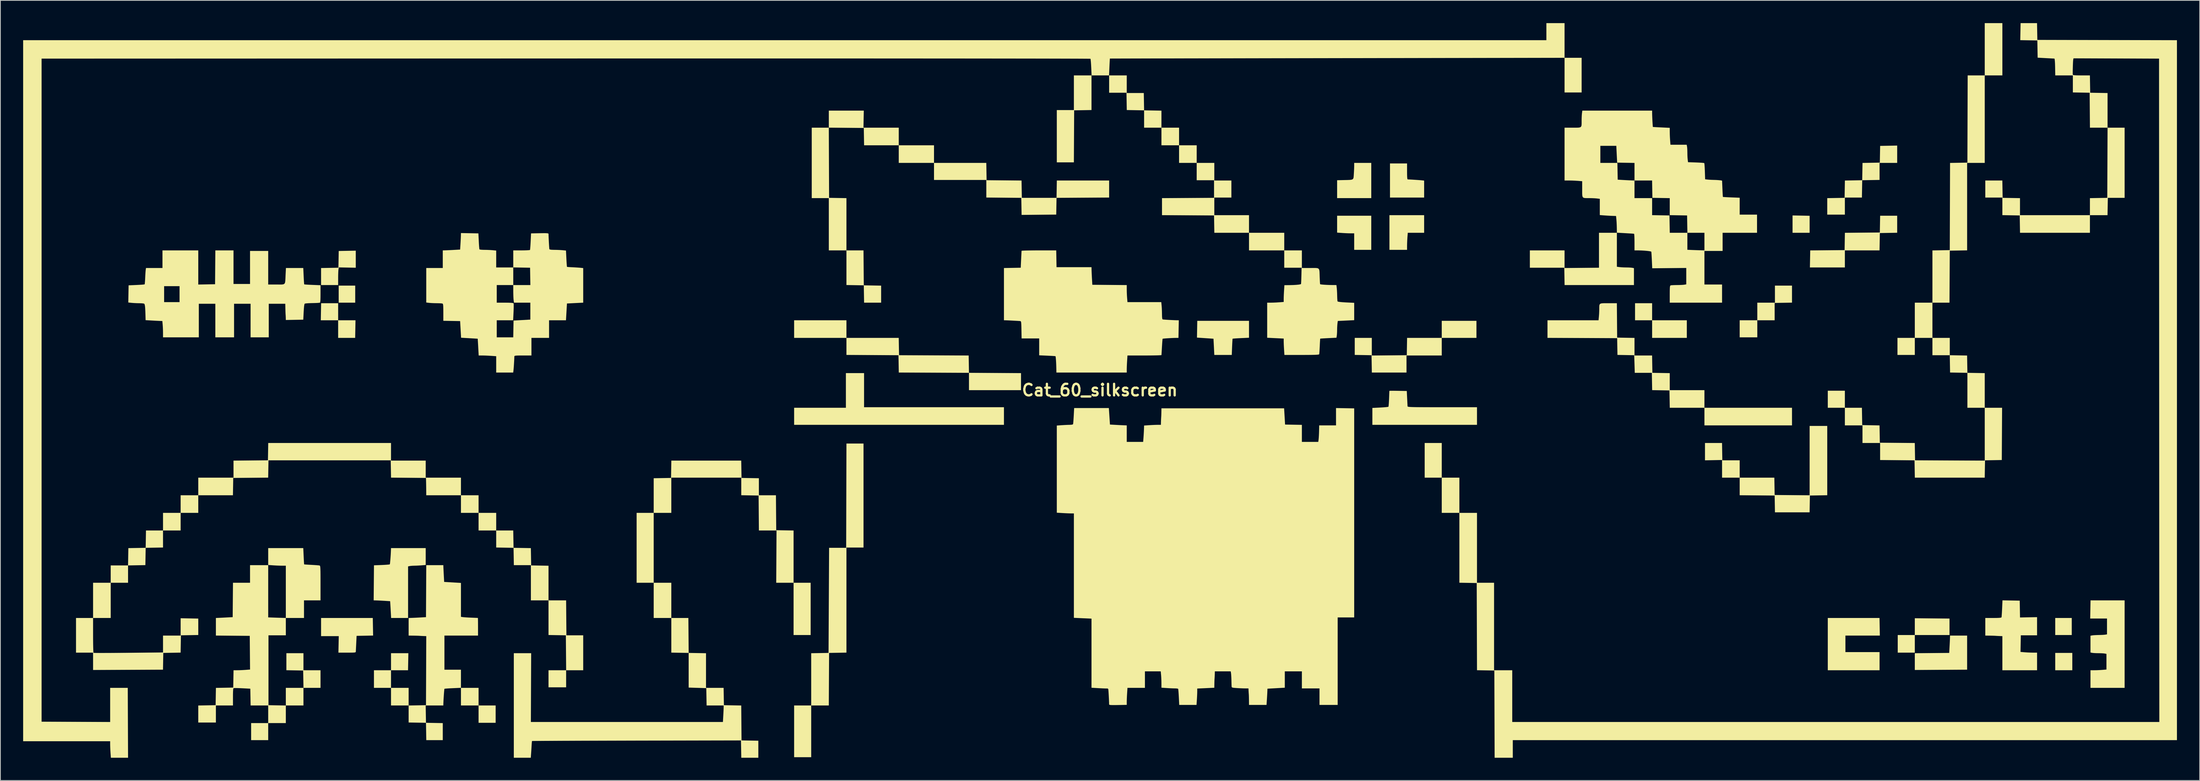
<source format=kicad_pcb>
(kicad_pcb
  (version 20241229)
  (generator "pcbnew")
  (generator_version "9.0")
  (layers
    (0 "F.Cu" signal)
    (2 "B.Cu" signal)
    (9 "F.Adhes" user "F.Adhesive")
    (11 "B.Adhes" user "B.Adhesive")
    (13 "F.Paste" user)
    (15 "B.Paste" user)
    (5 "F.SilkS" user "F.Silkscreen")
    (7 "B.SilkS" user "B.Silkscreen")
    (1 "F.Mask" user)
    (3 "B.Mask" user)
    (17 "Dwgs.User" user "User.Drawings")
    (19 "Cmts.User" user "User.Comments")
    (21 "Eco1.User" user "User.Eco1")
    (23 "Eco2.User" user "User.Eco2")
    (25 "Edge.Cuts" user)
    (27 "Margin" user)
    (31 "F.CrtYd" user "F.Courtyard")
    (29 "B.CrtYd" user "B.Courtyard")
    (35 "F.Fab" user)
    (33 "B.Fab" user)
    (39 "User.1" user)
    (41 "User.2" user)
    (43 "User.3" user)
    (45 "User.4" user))
  (footprint "Cat_60_silkscreen"
    (layer "F.Cu")
    (at 141.877 48.405)
    (property "Reference" "Cat_60_silkscreen" (at 0 0 0) (layer "F.SilkS") (effects (font (size 1.524 1.524) (thickness 0.3))))
    (attr board_only exclude_from_pos_files exclude_from_bom)
    (fp_poly (pts (xy -130.338 30.045) (xy -132.661 30.045) (xy -132.661 25.4) (xy -130.338 25.4)) (stroke (width 0) (type solid)) (fill yes) (layer "F.SilkS"))
    (fp_poly (pts (xy -128.052 25.4) (xy -130.338 25.4) (xy -130.338 23.114) (xy -128.052 23.114)) (stroke (width 0) (type solid)) (fill yes) (layer "F.SilkS"))
    (fp_poly (pts (xy -123.444 20.752) (xy -125.73 20.792) (xy -125.69 18.506) (xy -123.444 18.506)) (stroke (width 0) (type solid)) (fill yes) (layer "F.SilkS"))
    (fp_poly (pts (xy -121.122 18.506) (xy -123.444 18.506) (xy -123.444 16.183) (xy -121.122 16.183)) (stroke (width 0) (type solid)) (fill yes) (layer "F.SilkS"))
    (fp_poly (pts (xy -118.799 16.183) (xy -121.122 16.183) (xy -121.122 13.861) (xy -118.799 13.861)) (stroke (width 0) (type solid)) (fill yes) (layer "F.SilkS"))
    (fp_poly (pts (xy -109.583 46.155) (xy -111.833 46.155) (xy -111.833 43.906) (xy -109.583 43.906)) (stroke (width 0) (type solid)) (fill yes) (layer "F.SilkS"))
    (fp_poly (pts (xy -104.938 41.583) (xy -107.261 41.583) (xy -107.261 39.261) (xy -104.938 39.261)) (stroke (width 0) (type solid)) (fill yes) (layer "F.SilkS"))
    (fp_poly (pts (xy -98.117 -11.539) (xy -100.294 -11.539) (xy -100.294 -13.789) (xy -98.117 -13.789)) (stroke (width 0) (type solid)) (fill yes) (layer "F.SilkS"))
    (fp_poly (pts (xy -93.399 39.261) (xy -95.649 39.261) (xy -95.649 36.939) (xy -93.399 36.939)) (stroke (width 0) (type solid)) (fill yes) (layer "F.SilkS"))
    (fp_poly (pts (xy -91.077 41.583) (xy -93.399 41.583) (xy -93.399 39.261) (xy -91.077 39.261)) (stroke (width 0) (type solid)) (fill yes) (layer "F.SilkS"))
    (fp_poly (pts (xy -81.861 16.183) (xy -84.183 16.183) (xy -84.183 13.861) (xy -81.861 13.861)) (stroke (width 0) (type solid)) (fill yes) (layer "F.SilkS"))
    (fp_poly (pts (xy -81.861 41.583) (xy -84.183 41.583) (xy -84.183 39.261) (xy -81.861 39.261)) (stroke (width 0) (type solid)) (fill yes) (layer "F.SilkS"))
    (fp_poly (pts (xy -79.611 43.869) (xy -81.861 43.869) (xy -81.861 41.583) (xy -79.611 41.583)) (stroke (width 0) (type solid)) (fill yes) (layer "F.SilkS"))
    (fp_poly (pts (xy -79.538 18.506) (xy -81.861 18.506) (xy -81.861 16.183) (xy -79.538 16.183)) (stroke (width 0) (type solid)) (fill yes) (layer "F.SilkS"))
    (fp_poly (pts (xy -77.252 20.792) (xy -79.538 20.752) (xy -79.538 18.506) (xy -77.292 18.506)) (stroke (width 0) (type solid)) (fill yes) (layer "F.SilkS"))
    (fp_poly (pts (xy -70.322 39.189) (xy -72.644 39.189) (xy -72.644 36.939) (xy -70.322 36.939)) (stroke (width 0) (type solid)) (fill yes) (layer "F.SilkS"))
    (fp_poly (pts (xy -58.783 25.4) (xy -61.033 25.4) (xy -61.033 16.183) (xy -58.783 16.183)) (stroke (width 0) (type solid)) (fill yes) (layer "F.SilkS"))
    (fp_poly (pts (xy -56.461 30.045) (xy -58.783 30.045) (xy -58.783 25.4) (xy -56.461 25.4)) (stroke (width 0) (type solid)) (fill yes) (layer "F.SilkS"))
    (fp_poly (pts (xy -38.1 32.294) (xy -40.35 32.294) (xy -40.35 25.4) (xy -38.1 25.4)) (stroke (width 0) (type solid)) (fill yes) (layer "F.SilkS"))
    (fp_poly (pts (xy -38.027 48.405) (xy -40.277 48.405) (xy -40.277 41.583) (xy -38.027 41.583)) (stroke (width 0) (type solid)) (fill yes) (layer "F.SilkS"))
    (fp_poly (pts (xy -35.705 -34.619) (xy -35.705 -34.617) (xy -35.706 -34.617) (xy -35.706 -34.619)) (stroke (width 0) (type solid)) (fill yes) (layer "F.SilkS"))
    (fp_poly (pts (xy -33.383 -6.894) (xy -40.277 -6.894) (xy -40.277 -9.217) (xy -33.383 -9.217)) (stroke (width 0) (type solid)) (fill yes) (layer "F.SilkS"))
    (fp_poly (pts (xy -28.811 -13.785) (xy -28.811 -11.539) (xy -31.057 -11.539) (xy -31.097 -13.825)) (stroke (width 0) (type solid)) (fill yes) (layer "F.SilkS"))
    (fp_poly (pts (xy -21.844 -29.972) (xy -26.489 -29.972) (xy -26.489 -32.294) (xy -21.844 -32.294)) (stroke (width 0) (type solid)) (fill yes) (layer "F.SilkS"))
    (fp_poly (pts (xy 10.45 -32.294) (xy 8.128 -32.294) (xy 8.128 -34.617) (xy 10.45 -34.617)) (stroke (width 0) (type solid)) (fill yes) (layer "F.SilkS"))
    (fp_poly (pts (xy 12.773 -29.972) (xy 10.45 -29.972) (xy 10.45 -32.294) (xy 12.773 -32.294)) (stroke (width 0) (type solid)) (fill yes) (layer "F.SilkS"))
    (fp_poly (pts (xy 24.311 -18.433) (xy 19.667 -18.433) (xy 19.667 -20.755) (xy 24.311 -20.755)) (stroke (width 0) (type solid)) (fill yes) (layer "F.SilkS"))
    (fp_poly (pts (xy 45.067 11.539) (xy 42.817 11.539) (xy 42.817 6.967) (xy 45.067 6.967)) (stroke (width 0) (type solid)) (fill yes) (layer "F.SilkS"))
    (fp_poly (pts (xy 47.389 16.183) (xy 45.067 16.183) (xy 45.067 11.539) (xy 47.389 11.539)) (stroke (width 0) (type solid)) (fill yes) (layer "F.SilkS"))
    (fp_poly (pts (xy 49.639 -6.894) (xy 45.067 -6.894) (xy 45.067 -9.144) (xy 49.639 -9.144)) (stroke (width 0) (type solid)) (fill yes) (layer "F.SilkS"))
    (fp_poly (pts (xy 72.789 -9.217) (xy 70.539 -9.217) (xy 70.539 -11.466) (xy 72.789 -11.466)) (stroke (width 0) (type solid)) (fill yes) (layer "F.SilkS"))
    (fp_poly (pts (xy 77.361 -6.894) (xy 72.789 -6.894) (xy 72.789 -9.217) (xy 77.361 -9.217)) (stroke (width 0) (type solid)) (fill yes) (layer "F.SilkS"))
    (fp_poly (pts (xy 86.65 -6.967) (xy 84.328 -6.967) (xy 84.328 -9.217) (xy 86.65 -9.217)) (stroke (width 0) (type solid)) (fill yes) (layer "F.SilkS"))
    (fp_poly (pts (xy 91.222 4.645) (xy 79.683 4.645) (xy 79.683 2.322) (xy 91.222 2.322)) (stroke (width 0) (type solid)) (fill yes) (layer "F.SilkS"))
    (fp_poly (pts (xy 98.189 2.322) (xy 95.939 2.322) (xy 95.939 0.073) (xy 98.189 0.073)) (stroke (width 0) (type solid)) (fill yes) (layer "F.SilkS"))
    (fp_poly (pts (xy 107.406 -4.645) (xy 105.12 -4.645) (xy 105.12 -6.894) (xy 107.406 -6.894)) (stroke (width 0) (type solid)) (fill yes) (layer "F.SilkS"))
    (fp_poly (pts (xy 107.406 34.617) (xy 105.156 34.617) (xy 105.156 32.294) (xy 107.406 32.294)) (stroke (width 0) (type solid)) (fill yes) (layer "F.SilkS"))
    (fp_poly (pts (xy 109.728 -6.894) (xy 107.406 -6.894) (xy 107.406 -11.539) (xy 109.728 -11.539)) (stroke (width 0) (type solid)) (fill yes) (layer "F.SilkS"))
    (fp_poly (pts (xy 111.978 30.121) (xy 111.978 32.294) (xy 107.406 32.294) (xy 107.406 30.081)) (stroke (width 0) (type solid)) (fill yes) (layer "F.SilkS"))
    (fp_poly (pts (xy 118.945 -41.511) (xy 116.622 -41.511) (xy 116.622 -48.405) (xy 118.945 -48.405)) (stroke (width 0) (type solid)) (fill yes) (layer "F.SilkS"))
    (fp_poly (pts (xy 128.089 32.294) (xy 125.911 32.294) (xy 125.911 30.045) (xy 128.089 30.045)) (stroke (width 0) (type solid)) (fill yes) (layer "F.SilkS"))
    (fp_poly (pts (xy 128.161 36.939) (xy 125.911 36.939) (xy 125.911 34.653) (xy 128.161 34.653)) (stroke (width 0) (type solid)) (fill yes) (layer "F.SilkS"))
    (fp_poly (pts (xy -87.684 43.889) (xy -86.578 43.909) (xy -86.578 46.155) (xy -88.751 46.155) (xy -88.791 43.869)) (stroke (width 0) (type solid)) (fill yes) (layer "F.SilkS"))
    (fp_poly (pts (xy -54.194 32.349) (xy -54.175 34.653) (xy -56.461 34.613) (xy -56.461 30.045) (xy -54.213 30.045)) (stroke (width 0) (type solid)) (fill yes) (layer "F.SilkS"))
    (fp_poly (pts (xy -31.097 -13.825) (xy -32.24 -13.845) (xy -33.383 -13.865) (xy -33.383 -18.433) (xy -31.135 -18.433)) (stroke (width 0) (type solid)) (fill yes) (layer "F.SilkS"))
    (fp_poly (pts (xy -13.807 -2.267) (xy -10.378 -2.248) (xy -10.378 0) (xy -17.236 0.000114) (xy -17.236 -2.286)) (stroke (width 0) (type solid)) (fill yes) (layer "F.SilkS"))
    (fp_poly (pts (xy 1.234 -25.401) (xy -2.232 -25.383) (xy -5.697 -25.364) (xy -5.657 -27.65) (xy 1.234 -27.65)) (stroke (width 0) (type solid)) (fill yes) (layer "F.SilkS"))
    (fp_poly (pts (xy 92.42 -23.02) (xy 93.545 -22.998) (xy 93.545 -20.755) (xy 91.295 -20.755) (xy 91.295 -23.041)) (stroke (width 0) (type solid)) (fill yes) (layer "F.SilkS"))
    (fp_poly (pts (xy 112.014 -4.608) (xy 109.728 -4.608) (xy 109.728 -5.751) (xy 109.728 -6.894) (xy 112.014 -6.894)) (stroke (width 0) (type solid)) (fill yes) (layer "F.SilkS"))
    (fp_poly (pts (xy 116.622 -2.246) (xy 116.622 2.322) (xy 115.479 2.322) (xy 114.336 2.322) (xy 114.336 -2.286)) (stroke (width 0) (type solid)) (fill yes) (layer "F.SilkS"))
    (fp_poly (pts (xy -100.366 -9.217) (xy -101.509 -9.216) (xy -102.652 -9.216) (xy -102.631 -10.341) (xy -102.609 -11.466) (xy -100.366 -11.466)) (stroke (width 0) (type solid)) (fill yes) (layer "F.SilkS"))
    (fp_poly (pts (xy -98.102 -8.056) (xy -98.124 -6.894) (xy -100.366 -6.894) (xy -100.366 -9.217) (xy -99.223 -9.217) (xy -98.08 -9.217)) (stroke (width 0) (type solid)) (fill yes) (layer "F.SilkS"))
    (fp_poly (pts (xy -91.135 35.814) (xy -91.157 36.939) (xy -93.399 36.939) (xy -93.399 34.689) (xy -92.256 34.689) (xy -91.113 34.689)) (stroke (width 0) (type solid)) (fill yes) (layer "F.SilkS"))
    (fp_poly (pts (xy 6.985 -36.883) (xy 8.128 -36.863) (xy 8.128 -34.617) (xy 6.985 -34.617) (xy 5.842 -34.616) (xy 5.842 -36.903)) (stroke (width 0) (type solid)) (fill yes) (layer "F.SilkS"))
    (fp_poly (pts (xy -125.75 21.933) (xy -125.77 23.074) (xy -126.911 23.094) (xy -128.052 23.114) (xy -128.032 21.973) (xy -128.012 20.832) (xy -126.871 20.812) (xy -125.73 20.792)) (stroke (width 0) (type solid)) (fill yes) (layer "F.SilkS"))
    (fp_poly (pts (xy -31.061 2.25) (xy -12.627 2.25) (xy -12.627 4.572) (xy -40.277 4.572) (xy -40.277 2.322) (xy -33.455 2.322) (xy -33.455 -2.25) (xy -31.061 -2.25)) (stroke (width 0) (type solid)) (fill yes) (layer "F.SilkS"))
    (fp_poly (pts (xy 113.155 -4.588) (xy 114.296 -4.568) (xy 114.316 -3.427) (xy 114.336 -2.286) (xy 113.195 -2.306) (xy 112.054 -2.326) (xy 112.034 -3.467) (xy 112.014 -4.608)) (stroke (width 0) (type solid)) (fill yes) (layer "F.SilkS"))
    (fp_poly (pts (xy -104.938 36.939) (xy -102.689 36.939) (xy -102.689 39.261) (xy -104.935 39.261) (xy -104.955 38.118) (xy -104.975 36.975) (xy -106.081 36.955) (xy -107.188 36.935) (xy -107.188 34.689) (xy -104.938 34.689)) (stroke (width 0) (type solid)) (fill yes) (layer "F.SilkS"))
    (fp_poly (pts (xy -35.688 -29.991) (xy -35.669 -25.364) (xy -34.526 -25.344) (xy -33.383 -25.324) (xy -33.383 -18.433) (xy -35.705 -18.433) (xy -35.705 -25.327) (xy -37.955 -25.327) (xy -37.955 -34.617) (xy -35.706 -34.617)) (stroke (width 0) (type solid)) (fill yes) (layer "F.SilkS"))
    (fp_poly (pts (xy -1.089 -36.943) (xy -2.232 -36.923) (xy -3.375 -36.903) (xy -3.393 -33.474) (xy -3.412 -30.045) (xy -5.661 -30.045) (xy -5.661 -36.939) (xy -3.411 -36.939) (xy -3.411 -41.511) (xy -1.089 -41.511)) (stroke (width 0) (type solid)) (fill yes) (layer "F.SilkS"))
    (fp_poly (pts (xy 91.222 -11.543) (xy 90.079 -11.523) (xy 88.936 -11.503) (xy 88.936 -9.216) (xy 87.793 -9.217) (xy 86.65 -9.217) (xy 86.65 -11.539) (xy 88.973 -11.539) (xy 88.973 -13.789) (xy 91.222 -13.789)) (stroke (width 0) (type solid)) (fill yes) (layer "F.SilkS"))
    (fp_poly (pts (xy 102.776 31.206) (xy 102.797 32.367) (xy 100.53 32.367) (xy 98.262 32.367) (xy 98.262 34.544) (xy 102.761 34.544) (xy 102.761 36.939) (xy 95.939 36.939) (xy 95.939 30.045) (xy 102.754 30.045)) (stroke (width 0) (type solid)) (fill yes) (layer "F.SilkS"))
    (fp_poly (pts (xy -76.111 20.812) (xy -74.97 20.832) (xy -74.95 21.973) (xy -74.93 23.114) (xy -72.644 23.154) (xy -72.644 27.722) (xy -74.966 27.722) (xy -74.966 23.078) (xy -77.212 23.078) (xy -77.232 21.935) (xy -77.252 20.792)) (stroke (width 0) (type solid)) (fill yes) (layer "F.SilkS"))
    (fp_poly (pts (xy -70.305 30.026) (xy -70.285 32.331) (xy -68.072 32.331) (xy -68.072 34.635) (xy -68.072 36.939) (xy -70.32 36.939) (xy -70.339 34.635) (xy -70.358 32.331) (xy -72.644 32.291) (xy -72.644 27.722) (xy -70.324 27.722)) (stroke (width 0) (type solid)) (fill yes) (layer "F.SilkS"))
    (fp_poly (pts (xy -31.119 -35.742) (xy -31.14 -34.617) (xy -26.489 -34.617) (xy -26.489 -32.294) (xy -31.057 -32.294) (xy -31.097 -34.58) (xy -33.402 -34.599) (xy -35.705 -34.619) (xy -35.705 -36.866) (xy -33.401 -36.866) (xy -31.097 -36.866)) (stroke (width 0) (type solid)) (fill yes) (layer "F.SilkS"))
    (fp_poly (pts (xy 3.556 -39.189) (xy 5.802 -39.189) (xy 5.822 -38.046) (xy 5.842 -36.903) (xy 4.701 -36.923) (xy 3.56 -36.943) (xy 3.54 -38.084) (xy 3.52 -39.225) (xy 1.234 -39.225) (xy 1.234 -41.511) (xy 3.556 -41.511)) (stroke (width 0) (type solid)) (fill yes) (layer "F.SilkS"))
    (fp_poly (pts (xy 35.778 -18.506) (xy 33.528 -18.506) (xy 33.528 -20.683) (xy 33.067 -20.683) (xy 32.772 -20.688) (xy 32.402 -20.703) (xy 32.026 -20.724) (xy 31.943 -20.73) (xy 31.278 -20.777) (xy 31.278 -23.005) (xy 35.778 -23.005)) (stroke (width 0) (type solid)) (fill yes) (layer "F.SilkS"))
    (fp_poly (pts (xy 42.745 -20.755) (xy 40.589 -20.755) (xy 40.542 -20.157) (xy 40.519 -19.783) (xy 40.502 -19.379) (xy 40.495 -19.032) (xy 40.495 -19.032) (xy 40.495 -18.506) (xy 38.173 -18.506) (xy 38.173 -23.078) (xy 42.745 -23.078)) (stroke (width 0) (type solid)) (fill yes) (layer "F.SilkS"))
    (fp_poly (pts (xy 82.022 8.11) (xy 82.042 9.253) (xy 84.328 9.253) (xy 84.328 11.539) (xy 82.006 11.539) (xy 82.006 9.209) (xy 80.881 9.231) (xy 79.756 9.253) (xy 79.756 8.11) (xy 79.756 6.967) (xy 82.002 6.967)) (stroke (width 0) (type solid)) (fill yes) (layer "F.SilkS"))
    (fp_poly (pts (xy 100.455 -26.543) (xy 100.435 -25.4) (xy 98.189 -25.4) (xy 98.189 -23.15) (xy 95.867 -23.15) (xy 95.867 -25.324) (xy 97.01 -25.344) (xy 98.153 -25.364) (xy 98.173 -26.505) (xy 98.193 -27.646) (xy 99.334 -27.666) (xy 100.475 -27.686)) (stroke (width 0) (type solid)) (fill yes) (layer "F.SilkS"))
    (fp_poly (pts (xy 135.055 -29.99) (xy 135.056 -25.364) (xy 132.842 -25.364) (xy 132.822 -24.221) (xy 132.802 -23.078) (xy 130.483 -23.078) (xy 130.483 -25.324) (xy 131.626 -25.344) (xy 132.769 -25.364) (xy 132.788 -29.99) (xy 132.807 -34.617) (xy 135.055 -34.617)) (stroke (width 0) (type solid)) (fill yes) (layer "F.SilkS"))
    (fp_poly (pts (xy -26.452 -4.608) (xy -21.864 -4.59) (xy -17.276 -4.571) (xy -17.256 -3.428) (xy -17.236 -2.286) (xy -21.86 -2.305) (xy -26.485 -2.323) (xy -26.505 -3.466) (xy -26.525 -4.608) (xy -29.954 -4.627) (xy -33.383 -4.646) (xy -33.383 -6.894) (xy -26.492 -6.894)) (stroke (width 0) (type solid)) (fill yes) (layer "F.SilkS"))
    (fp_poly (pts (xy 35.85 -4.57) (xy 40.459 -4.608) (xy 40.479 -5.751) (xy 40.499 -6.894) (xy 45.067 -6.894) (xy 45.067 -4.572) (xy 40.422 -4.572) (xy 40.422 -2.322) (xy 35.854 -2.322) (xy 35.814 -4.608) (xy 33.601 -4.648) (xy 33.601 -6.894) (xy 35.85 -6.894)) (stroke (width 0) (type solid)) (fill yes) (layer "F.SilkS"))
    (fp_poly (pts (xy -14.913 -27.686) (xy -10.309 -27.648) (xy -10.289 -26.506) (xy -10.269 -25.364) (xy -5.697 -25.364) (xy -5.737 -23.154) (xy -8.019 -23.134) (xy -10.302 -23.114) (xy -10.341 -25.364) (xy -14.95 -25.402) (xy -14.95 -27.722) (xy -21.844 -27.722) (xy -21.844 -29.972) (xy -14.953 -29.972)) (stroke (width 0) (type solid)) (fill yes) (layer "F.SilkS"))
    (fp_poly (pts (xy 105.084 -31.115) (xy 105.083 -29.972) (xy 102.761 -29.972) (xy 102.761 -27.726) (xy 101.618 -27.706) (xy 100.475 -27.686) (xy 100.495 -28.827) (xy 100.515 -29.968) (xy 101.656 -29.988) (xy 102.797 -30.008) (xy 102.817 -31.111) (xy 102.837 -32.215) (xy 103.961 -32.236) (xy 105.084 -32.258)) (stroke (width 0) (type solid)) (fill yes) (layer "F.SilkS"))
    (fp_poly (pts (xy 114.3 36.864) (xy 110.853 36.883) (xy 107.406 36.903) (xy 107.406 35.797) (xy 107.406 34.691) (xy 109.674 34.672) (xy 111.941 34.653) (xy 111.986 33.818) (xy 112.006 33.45) (xy 112.023 33.102) (xy 112.035 32.82) (xy 112.041 32.675) (xy 112.05 32.367) (xy 114.3 32.367)) (stroke (width 0) (type solid)) (fill yes) (layer "F.SilkS"))
    (fp_poly (pts (xy 118.961 -26.507) (xy 118.981 -25.364) (xy 120.124 -25.344) (xy 121.267 -25.324) (xy 121.267 -23.078) (xy 130.483 -23.078) (xy 130.483 -20.755) (xy 121.271 -20.755) (xy 121.251 -21.898) (xy 121.231 -23.041) (xy 118.945 -23.081) (xy 118.945 -25.4) (xy 116.695 -25.4) (xy 116.695 -27.65) (xy 118.941 -27.65)) (stroke (width 0) (type solid)) (fill yes) (layer "F.SilkS"))
    (fp_poly (pts (xy -98.044 -16.147) (xy -99.159 -16.169) (xy -100.274 -16.19) (xy -100.32 -15.96) (xy -100.338 -15.8) (xy -100.352 -15.531) (xy -100.362 -15.191) (xy -100.366 -14.816) (xy -100.366 -14.796) (xy -100.366 -13.861) (xy -102.616 -13.861) (xy -102.616 -16.107) (xy -100.33 -16.147) (xy -100.29 -18.354) (xy -99.167 -18.375) (xy -98.044 -18.397)) (stroke (width 0) (type solid)) (fill yes) (layer "F.SilkS"))
    (fp_poly (pts (xy -31.133 20.755) (xy -33.383 20.755) (xy -33.383 34.613) (xy -35.669 34.653) (xy -35.688 38.118) (xy -35.707 41.583) (xy -38.027 41.583) (xy -38.027 34.693) (xy -36.884 34.673) (xy -35.741 34.653) (xy -35.705 27.722) (xy -35.669 20.792) (xy -33.419 20.792) (xy -33.401 13.916) (xy -33.382 7.039) (xy -31.133 7.039)) (stroke (width 0) (type solid)) (fill yes) (layer "F.SilkS"))
    (fp_poly (pts (xy 95.867 13.857) (xy 94.724 13.877) (xy 93.581 13.897) (xy 93.541 16.111) (xy 88.976 16.111) (xy 88.936 13.897) (xy 86.632 13.878) (xy 84.328 13.859) (xy 84.328 11.539) (xy 88.896 11.539) (xy 88.916 12.682) (xy 88.936 13.825) (xy 91.24 13.844) (xy 93.545 13.863) (xy 93.545 4.717) (xy 95.867 4.717)) (stroke (width 0) (type solid)) (fill yes) (layer "F.SilkS"))
    (fp_poly (pts (xy 40.495 -28.847) (xy 40.498 -28.41) (xy 40.509 -28.103) (xy 40.528 -27.908) (xy 40.558 -27.811) (xy 40.586 -27.793) (xy 40.803 -27.784) (xy 41.116 -27.768) (xy 41.478 -27.745) (xy 41.84 -27.721) (xy 42.154 -27.698) (xy 42.364 -27.679) (xy 42.745 -27.639) (xy 42.745 -25.4) (xy 38.245 -25.4) (xy 38.245 -29.899) (xy 40.495 -29.899)) (stroke (width 0) (type solid)) (fill yes) (layer "F.SilkS"))
    (fp_poly (pts (xy 116.622 -29.972) (xy 114.3 -29.972) (xy 114.3 -18.437) (xy 113.157 -18.417) (xy 112.014 -18.397) (xy 111.995 -14.968) (xy 111.976 -11.539) (xy 109.728 -11.539) (xy 109.728 -18.429) (xy 110.871 -18.449) (xy 112.014 -18.469) (xy 112.033 -24.219) (xy 112.051 -29.968) (xy 113.194 -29.988) (xy 114.336 -30.008) (xy 114.373 -41.511) (xy 116.622 -41.511)) (stroke (width 0) (type solid)) (fill yes) (layer "F.SilkS"))
    (fp_poly (pts (xy 35.778 -25.327) (xy 31.278 -25.327) (xy 31.278 -27.686) (xy 32.167 -27.707) (xy 32.623 -27.716) (xy 32.954 -27.729) (xy 33.181 -27.757) (xy 33.326 -27.814) (xy 33.408 -27.911) (xy 33.448 -28.061) (xy 33.467 -28.277) (xy 33.481 -28.506) (xy 33.502 -28.864) (xy 33.518 -29.217) (xy 33.527 -29.506) (xy 33.528 -29.591) (xy 33.528 -29.972) (xy 35.778 -29.972)) (stroke (width 0) (type solid)) (fill yes) (layer "F.SilkS"))
    (fp_poly (pts (xy 15.095 -27.65) (xy 17.345 -27.65) (xy 17.345 -25.4) (xy 15.095 -25.4) (xy 15.095 -23.078) (xy 19.667 -23.078) (xy 19.667 -20.755) (xy 15.099 -20.755) (xy 15.079 -21.898) (xy 15.059 -23.041) (xy 11.63 -23.06) (xy 8.201 -23.079) (xy 8.201 -25.326) (xy 11.63 -25.345) (xy 15.059 -25.364) (xy 15.059 -27.686) (xy 12.772 -27.686) (xy 12.773 -29.972) (xy 15.095 -29.972)) (stroke (width 0) (type solid)) (fill yes) (layer "F.SilkS"))
    (fp_poly (pts (xy 105.083 -20.759) (xy 103.94 -20.739) (xy 102.797 -20.719) (xy 102.777 -19.576) (xy 102.757 -18.433) (xy 98.189 -18.433) (xy 98.189 -16.183) (xy 95.885 -16.183) (xy 93.581 -16.183) (xy 93.603 -17.307) (xy 93.624 -18.431) (xy 95.889 -18.45) (xy 98.153 -18.469) (xy 98.173 -19.611) (xy 98.193 -20.753) (xy 100.495 -20.773) (xy 102.797 -20.792) (xy 102.817 -21.898) (xy 102.837 -23.005) (xy 105.083 -23.005)) (stroke (width 0) (type solid)) (fill yes) (layer "F.SilkS"))
    (fp_poly (pts (xy -95.78 31.204) (xy -95.758 32.363) (xy -96.847 32.383) (xy -97.935 32.403) (xy -97.981 33.347) (xy -97.999 33.716) (xy -98.016 34.045) (xy -98.028 34.299) (xy -98.035 34.445) (xy -98.036 34.453) (xy -98.043 34.515) (xy -98.071 34.558) (xy -98.142 34.587) (xy -98.277 34.605) (xy -98.497 34.613) (xy -98.824 34.616) (xy -99.187 34.617) (xy -100.33 34.617) (xy -100.308 33.528) (xy -100.286 32.439) (xy -102.616 32.439) (xy -102.616 30.045) (xy -95.801 30.045)) (stroke (width 0) (type solid)) (fill yes) (layer "F.SilkS"))
    (fp_poly (pts (xy 66.965 -20.755) (xy 68.145 -20.755) (xy 68.145 -16.276) (xy 68.481 -16.23) (xy 68.727 -16.206) (xy 69.048 -16.19) (xy 69.377 -16.183) (xy 69.379 -16.183) (xy 69.685 -16.178) (xy 69.963 -16.162) (xy 70.157 -16.14) (xy 70.168 -16.138) (xy 70.394 -16.093) (xy 70.394 -13.861) (xy 61.254 -13.861) (xy 61.234 -15.004) (xy 61.214 -16.147) (xy 56.678 -16.147) (xy 56.678 -18.433) (xy 61.25 -18.433) (xy 61.25 -16.109) (xy 65.786 -16.147) (xy 65.786 -20.755)) (stroke (width 0) (type solid)) (fill yes) (layer "F.SilkS"))
    (fp_poly (pts (xy -47.228 10.432) (xy -47.208 11.575) (xy -44.922 11.615) (xy -44.922 13.861) (xy -42.674 13.861) (xy -42.636 18.469) (xy -41.493 18.489) (xy -40.35 18.509) (xy -40.35 25.4) (xy -42.636 25.4) (xy -42.616 21.953) (xy -42.597 18.506) (xy -44.92 18.506) (xy -44.939 16.202) (xy -44.958 13.897) (xy -46.101 13.877) (xy -47.244 13.857) (xy -47.244 11.539) (xy -56.461 11.539) (xy -56.461 16.183) (xy -58.783 16.183) (xy -58.783 11.615) (xy -56.497 11.575) (xy -56.457 9.289) (xy -47.248 9.289)) (stroke (width 0) (type solid)) (fill yes) (layer "F.SilkS"))
    (fp_poly (pts (xy 19.667 -6.915) (xy 18.597 -6.863) (xy 18.22 -6.844) (xy 17.897 -6.824) (xy 17.656 -6.806) (xy 17.523 -6.792) (xy 17.504 -6.788) (xy 17.493 -6.711) (xy 17.479 -6.515) (xy 17.462 -6.227) (xy 17.445 -5.872) (xy 17.438 -5.705) (xy 17.395 -4.645) (xy 15.095 -4.645) (xy 15.085 -4.844) (xy 15.077 -4.994) (xy 15.064 -5.252) (xy 15.048 -5.581) (xy 15.031 -5.915) (xy 14.986 -6.785) (xy 13.897 -6.858) (xy 12.809 -6.931) (xy 12.829 -8.037) (xy 12.849 -9.144) (xy 19.667 -9.144)) (stroke (width 0) (type solid)) (fill yes) (layer "F.SilkS"))
    (fp_poly (pts (xy -93.399 9.289) (xy -88.827 9.289) (xy -88.827 11.539) (xy -84.183 11.539) (xy -84.183 13.861) (xy -88.755 13.861) (xy -88.759 13.262) (xy -88.763 12.884) (xy -88.77 12.471) (xy -88.777 12.119) (xy -88.791 11.575) (xy -91.093 11.556) (xy -93.396 11.537) (xy -93.416 10.395) (xy -93.436 9.253) (xy -109.547 9.253) (xy -109.567 10.395) (xy -109.587 11.537) (xy -111.889 11.556) (xy -114.191 11.575) (xy -114.211 12.718) (xy -114.231 13.861) (xy -118.799 13.861) (xy -118.799 11.539) (xy -114.155 11.539) (xy -114.155 9.291) (xy -109.619 9.253) (xy -109.579 6.967) (xy -93.399 6.967)) (stroke (width 0) (type solid)) (fill yes) (layer "F.SilkS"))
    (fp_poly (pts (xy 118.889 5.768) (xy 118.869 9.213) (xy 117.764 9.233) (xy 116.659 9.253) (xy 116.619 11.539) (xy 107.409 11.539) (xy 107.389 10.396) (xy 107.369 9.253) (xy 105.102 9.234) (xy 102.834 9.215) (xy 102.834 6.967) (xy 100.511 6.967) (xy 100.511 4.645) (xy 98.189 4.645) (xy 98.189 2.322) (xy 100.435 2.322) (xy 100.455 3.465) (xy 100.475 4.608) (xy 101.616 4.628) (xy 102.757 4.648) (xy 102.777 5.789) (xy 102.797 6.931) (xy 105.1 6.95) (xy 107.402 6.969) (xy 107.422 8.111) (xy 107.442 9.253) (xy 112.032 9.272) (xy 116.622 9.29) (xy 116.622 2.322) (xy 117.765 2.322) (xy 118.908 2.322)) (stroke (width 0) (type solid)) (fill yes) (layer "F.SilkS"))
    (fp_poly (pts (xy 135.055 39.261) (xy 130.556 39.261) (xy 130.556 36.939) (xy 131.053 36.939) (xy 131.394 36.932) (xy 131.788 36.914) (xy 132.105 36.892) (xy 132.661 36.845) (xy 132.661 34.78) (xy 132.434 34.734) (xy 132.253 34.713) (xy 131.98 34.697) (xy 131.669 34.689) (xy 131.608 34.689) (xy 131.295 34.684) (xy 131.011 34.669) (xy 130.808 34.648) (xy 130.783 34.644) (xy 130.556 34.598) (xy 130.556 32.383) (xy 130.792 32.341) (xy 130.976 32.32) (xy 131.252 32.303) (xy 131.568 32.292) (xy 131.645 32.291) (xy 131.963 32.283) (xy 132.253 32.268) (xy 132.464 32.249) (xy 132.497 32.244) (xy 132.733 32.206) (xy 132.733 30.117) (xy 130.52 30.117) (xy 130.541 28.92) (xy 130.563 27.722) (xy 135.055 27.722)) (stroke (width 0) (type solid)) (fill yes) (layer "F.SilkS"))
    (fp_poly (pts (xy -132.661 32.326) (xy -132.659 32.887) (xy -132.654 33.4) (xy -132.646 33.848) (xy -132.635 34.213) (xy -132.623 34.477) (xy -132.609 34.622) (xy -132.602 34.644) (xy -132.52 34.65) (xy -132.307 34.654) (xy -131.973 34.657) (xy -131.531 34.658) (xy -130.994 34.657) (xy -130.375 34.655) (xy -129.685 34.651) (xy -128.938 34.645) (xy -128.145 34.639) (xy -127.993 34.637) (xy -123.444 34.593) (xy -123.444 32.367) (xy -121.122 32.367) (xy -121.122 31.224) (xy -121.122 30.081) (xy -119.961 30.102) (xy -118.799 30.124) (xy -118.799 32.291) (xy -121.085 32.331) (xy -121.105 33.472) (xy -121.125 34.613) (xy -122.267 34.633) (xy -123.408 34.653) (xy -123.428 35.759) (xy -123.448 36.864) (xy -132.661 36.903) (xy -132.661 34.617) (xy -134.91 34.617) (xy -134.91 30.045) (xy -132.661 30.045)) (stroke (width 0) (type solid)) (fill yes) (layer "F.SilkS"))
    (fp_poly (pts (xy -104.912 21.893) (xy -104.894 22.269) (xy -104.877 22.59) (xy -104.861 22.828) (xy -104.85 22.959) (xy -104.846 22.976) (xy -104.772 22.986) (xy -104.579 23.001) (xy -104.297 23.019) (xy -103.953 23.038) (xy -103.886 23.041) (xy -103.521 23.062) (xy -103.2 23.084) (xy -102.957 23.105) (xy -102.823 23.122) (xy -102.816 23.124) (xy -102.78 23.143) (xy -102.752 23.188) (xy -102.73 23.273) (xy -102.714 23.413) (xy -102.703 23.625) (xy -102.695 23.922) (xy -102.691 24.319) (xy -102.689 24.833) (xy -102.689 25.441) (xy -102.689 27.722) (xy -104.866 27.722) (xy -104.866 30.045) (xy -107.261 30.045) (xy -107.261 23.15) (xy -107.757 23.15) (xy -108.072 23.145) (xy -108.459 23.13) (xy -108.843 23.108) (xy -108.919 23.103) (xy -109.583 23.056) (xy -109.583 20.828) (xy -104.961 20.828)) (stroke (width 0) (type solid)) (fill yes) (layer "F.SilkS"))
    (fp_poly (pts (xy 120.095 27.739) (xy 121.231 27.759) (xy 121.271 29.979) (xy 122.394 29.957) (xy 123.517 29.936) (xy 123.517 31.133) (xy 123.517 32.331) (xy 121.376 32.331) (xy 121.356 33.426) (xy 121.336 34.522) (xy 121.893 34.569) (xy 122.265 34.594) (xy 122.674 34.611) (xy 122.983 34.617) (xy 123.517 34.617) (xy 123.517 36.939) (xy 118.945 36.939) (xy 118.945 32.439) (xy 118.564 32.426) (xy 118.315 32.415) (xy 118.109 32.403) (xy 118.037 32.397) (xy 117.899 32.389) (xy 117.66 32.381) (xy 117.368 32.375) (xy 117.294 32.374) (xy 116.695 32.367) (xy 116.695 30.045) (xy 117.749 30.045) (xy 118.195 30.041) (xy 118.511 30.029) (xy 118.712 30.008) (xy 118.814 29.976) (xy 118.833 29.954) (xy 118.847 29.852) (xy 118.864 29.634) (xy 118.884 29.327) (xy 118.903 28.959) (xy 118.911 28.791) (xy 118.96 27.719)) (stroke (width 0) (type solid)) (fill yes) (layer "F.SilkS"))
    (fp_poly (pts (xy -88.827 23.056) (xy -89.383 23.103) (xy -89.718 23.127) (xy -90.057 23.144) (xy -90.317 23.15) (xy -90.587 23.159) (xy -90.837 23.182) (xy -90.923 23.196) (xy -91.15 23.241) (xy -91.15 30.045) (xy -93.385 30.045) (xy -93.432 29.192) (xy -93.452 28.827) (xy -93.472 28.492) (xy -93.488 28.226) (xy -93.497 28.085) (xy -93.515 27.831) (xy -94.237 27.785) (xy -94.595 27.764) (xy -94.944 27.746) (xy -95.229 27.734) (xy -95.323 27.731) (xy -95.685 27.722) (xy -95.665 25.411) (xy -95.645 23.099) (xy -94.626 23.059) (xy -94.255 23.041) (xy -93.938 23.02) (xy -93.702 22.999) (xy -93.574 22.979) (xy -93.56 22.972) (xy -93.54 22.888) (xy -93.516 22.69) (xy -93.489 22.406) (xy -93.462 22.069) (xy -93.437 21.706) (xy -93.418 21.35) (xy -93.405 21.03) (xy -93.405 21.028) (xy -93.399 20.828) (xy -88.827 20.828)) (stroke (width 0) (type solid)) (fill yes) (layer "F.SilkS"))
    (fp_poly (pts (xy 67.027 -11.466) (xy 68.143 -11.466) (xy 68.162 -9.198) (xy 68.181 -6.931) (xy 69.324 -6.911) (xy 70.467 -6.891) (xy 70.467 -4.572) (xy 72.785 -4.572) (xy 72.805 -3.429) (xy 72.825 -2.286) (xy 75.111 -2.246) (xy 75.111 0) (xy 79.683 0) (xy 79.683 2.322) (xy 75.115 2.322) (xy 75.075 0.036) (xy 73.934 0.016) (xy 72.793 -0.004) (xy 72.773 -1.145) (xy 72.753 -2.286) (xy 70.503 -2.286) (xy 70.467 -3.447) (xy 70.431 -4.608) (xy 69.326 -4.628) (xy 68.221 -4.648) (xy 68.201 -5.753) (xy 68.181 -6.858) (xy 63.591 -6.877) (xy 59.001 -6.895) (xy 59.001 -9.217) (xy 65.729 -9.217) (xy 65.775 -9.706) (xy 65.801 -10.058) (xy 65.818 -10.441) (xy 65.823 -10.668) (xy 65.823 -10.962) (xy 65.834 -11.174) (xy 65.877 -11.317) (xy 65.972 -11.404) (xy 66.14 -11.449) (xy 66.402 -11.465) (xy 66.777 -11.467)) (stroke (width 0) (type solid)) (fill yes) (layer "F.SilkS"))
    (fp_poly (pts (xy 38.715 0.081) (xy 39.073 0.085) (xy 39.316 0.089) (xy 40.459 0.109) (xy 40.505 1.052) (xy 40.523 1.417) (xy 40.539 1.738) (xy 40.551 1.981) (xy 40.559 2.115) (xy 40.559 2.123) (xy 40.567 2.149) (xy 40.596 2.171) (xy 40.654 2.189) (xy 40.754 2.205) (xy 40.905 2.217) (xy 41.118 2.227) (xy 41.404 2.235) (xy 41.772 2.241) (xy 42.234 2.245) (xy 42.8 2.247) (xy 43.481 2.249) (xy 44.287 2.25) (xy 45.139 2.25) (xy 49.711 2.25) (xy 49.711 4.572) (xy 35.923 4.572) (xy 35.923 2.343) (xy 36.957 2.291) (xy 37.33 2.269) (xy 37.651 2.245) (xy 37.89 2.22) (xy 38.022 2.197) (xy 38.038 2.19) (xy 38.058 2.103) (xy 38.079 1.899) (xy 38.1 1.605) (xy 38.118 1.249) (xy 38.124 1.125) (xy 38.138 0.758) (xy 38.15 0.447) (xy 38.16 0.218) (xy 38.166 0.1) (xy 38.167 0.089) (xy 38.238 0.083) (xy 38.428 0.081)) (stroke (width 0) (type solid)) (fill yes) (layer "F.SilkS"))
    (fp_poly (pts (xy -53.032 34.673) (xy -51.889 34.693) (xy -51.889 39.261) (xy -49.57 39.261) (xy -49.55 40.404) (xy -49.53 41.547) (xy -48.388 41.567) (xy -47.246 41.587) (xy -47.227 43.889) (xy -47.208 46.192) (xy -46.101 46.212) (xy -44.994 46.232) (xy -44.994 48.478) (xy -47.24 48.478) (xy -47.26 47.336) (xy -47.28 46.195) (xy -61.033 46.218) (xy -62.434 46.221) (xy -63.797 46.224) (xy -65.114 46.227) (xy -66.378 46.23) (xy -67.581 46.233) (xy -68.717 46.236) (xy -69.778 46.24) (xy -70.758 46.243) (xy -71.65 46.247) (xy -72.445 46.251) (xy -73.138 46.254) (xy -73.722 46.258) (xy -74.188 46.261) (xy -74.53 46.264) (xy -74.741 46.268) (xy -74.815 46.271) (xy -74.833 46.352) (xy -74.852 46.539) (xy -74.868 46.789) (xy -74.868 46.79) (xy -74.886 47.116) (xy -74.91 47.504) (xy -74.935 47.871) (xy -74.936 47.879) (xy -74.979 48.478) (xy -77.216 48.478) (xy -77.216 34.689) (xy -76.073 34.689) (xy -74.93 34.689) (xy -74.968 43.761) (xy -49.661 43.761) (xy -49.614 42.944) (xy -49.595 42.584) (xy -49.579 42.249) (xy -49.569 41.984) (xy -49.567 41.856) (xy -49.566 41.583) (xy -51.812 41.583) (xy -51.832 40.44) (xy -51.852 39.297) (xy -54.175 39.225) (xy -54.175 34.653)) (stroke (width 0) (type solid)) (fill yes) (layer "F.SilkS"))
    (fp_poly (pts (xy -109.583 29.967) (xy -108.912 29.991) (xy -108.537 30.004) (xy -108.147 30.017) (xy -107.813 30.028) (xy -107.75 30.03) (xy -107.261 30.045) (xy -107.261 31.188) (xy -107.26 32.331) (xy -109.547 32.331) (xy -109.547 41.547) (xy -107.261 41.587) (xy -107.261 43.906) (xy -109.583 43.906) (xy -109.583 41.583) (xy -111.901 41.583) (xy -111.921 40.477) (xy -111.941 39.37) (xy -112.993 39.315) (xy -113.375 39.297) (xy -113.707 39.287) (xy -113.963 39.284) (xy -114.113 39.29) (xy -114.136 39.294) (xy -114.174 39.35) (xy -114.2 39.495) (xy -114.217 39.744) (xy -114.226 40.112) (xy -114.227 40.456) (xy -114.227 41.583) (xy -116.477 41.583) (xy -116.477 43.833) (xy -118.799 43.833) (xy -118.799 41.587) (xy -116.513 41.547) (xy -116.493 40.406) (xy -116.473 39.265) (xy -115.332 39.245) (xy -114.191 39.225) (xy -114.171 38.082) (xy -114.151 36.939) (xy -113.663 36.938) (xy -113.339 36.932) (xy -112.952 36.915) (xy -112.585 36.892) (xy -112.575 36.891) (xy -111.976 36.845) (xy -111.995 34.624) (xy -112.014 32.403) (xy -114.246 32.384) (xy -116.477 32.365) (xy -116.477 30.045) (xy -116.241 30.035) (xy -116.076 30.027) (xy -115.804 30.014) (xy -115.466 29.997) (xy -115.135 29.98) (xy -114.264 29.936) (xy -114.245 27.668) (xy -114.225 25.4) (xy -111.978 25.4) (xy -111.978 23.078) (xy -109.583 23.078)) (stroke (width 0) (type solid)) (fill yes) (layer "F.SilkS"))
    (fp_poly (pts (xy 123.553 -46.192) (xy 141.95 -46.155) (xy 141.95 46.155) (xy 54.429 46.155) (xy 54.429 48.478) (xy 52.035 48.478) (xy 51.997 36.975) (xy 50.855 36.955) (xy 49.712 36.935) (xy 49.694 31.186) (xy 49.675 25.436) (xy 48.532 25.416) (xy 47.389 25.396) (xy 47.389 16.183) (xy 49.711 16.183) (xy 49.711 25.4) (xy 51.961 25.4) (xy 51.961 36.939) (xy 54.356 36.939) (xy 54.356 43.761) (xy 139.628 43.761) (xy 139.609 0.018) (xy 139.591 -43.724) (xy 133.955 -43.743) (xy 128.318 -43.761) (xy 128.279 -43.561) (xy 128.265 -43.424) (xy 128.251 -43.178) (xy 128.238 -42.864) (xy 128.228 -42.518) (xy 128.22 -42.178) (xy 128.217 -41.883) (xy 128.22 -41.67) (xy 128.224 -41.602) (xy 128.266 -41.565) (xy 128.394 -41.539) (xy 128.623 -41.522) (xy 128.969 -41.513) (xy 129.357 -41.511) (xy 130.48 -41.511) (xy 130.52 -39.225) (xy 132.806 -39.185) (xy 132.806 -34.617) (xy 130.485 -34.617) (xy 130.466 -36.921) (xy 130.447 -39.225) (xy 128.234 -39.265) (xy 128.234 -41.511) (xy 125.915 -41.511) (xy 125.895 -42.618) (xy 125.883 -43.052) (xy 125.863 -43.392) (xy 125.839 -43.621) (xy 125.81 -43.724) (xy 125.803 -43.729) (xy 125.708 -43.734) (xy 125.495 -43.745) (xy 125.193 -43.762) (xy 124.829 -43.781) (xy 124.661 -43.79) (xy 123.593 -43.848) (xy 123.573 -44.984) (xy 123.553 -46.119) (xy 121.303 -46.159) (xy 121.325 -47.282) (xy 121.347 -48.405) (xy 123.513 -48.405)) (stroke (width 0) (type solid)) (fill yes) (layer "F.SilkS"))
    (fp_poly (pts (xy -86.496 23.35) (xy -86.488 23.533) (xy -86.474 23.82) (xy -86.457 24.166) (xy -86.441 24.457) (xy -86.396 25.291) (xy -84.183 25.422) (xy -84.183 29.893) (xy -83.947 29.93) (xy -83.781 29.947) (xy -83.51 29.967) (xy -83.171 29.987) (xy -82.84 30.002) (xy -82.502 30.016) (xy -82.222 30.028) (xy -82.029 30.036) (xy -81.951 30.041) (xy -81.951 30.041) (xy -81.945 30.111) (xy -81.94 30.301) (xy -81.936 30.588) (xy -81.934 30.947) (xy -81.933 31.206) (xy -81.933 32.367) (xy -86.36 32.367) (xy -86.36 36.866) (xy -84.183 36.866) (xy -84.183 39.256) (xy -85.253 39.304) (xy -85.632 39.322) (xy -85.956 39.342) (xy -86.2 39.361) (xy -86.337 39.376) (xy -86.357 39.382) (xy -86.373 39.46) (xy -86.393 39.653) (xy -86.417 39.928) (xy -86.441 40.255) (xy -86.464 40.603) (xy -86.483 40.941) (xy -86.496 41.238) (xy -86.5 41.348) (xy -86.505 41.583) (xy -88.831 41.583) (xy -88.811 42.726) (xy -88.791 43.869) (xy -89.934 43.849) (xy -91.077 43.829) (xy -91.077 41.587) (xy -88.791 41.547) (xy -88.772 36.993) (xy -88.754 32.439) (xy -89.135 32.426) (xy -89.384 32.415) (xy -89.59 32.403) (xy -89.662 32.397) (xy -89.799 32.389) (xy -90.037 32.381) (xy -90.333 32.375) (xy -90.442 32.374) (xy -91.077 32.367) (xy -91.077 30.045) (xy -90.732 30.035) (xy -90.513 30.027) (xy -90.197 30.013) (xy -89.834 29.994) (xy -89.589 29.981) (xy -88.791 29.936) (xy -88.772 26.507) (xy -88.753 23.078) (xy -86.505 23.078)) (stroke (width 0) (type solid)) (fill yes) (layer "F.SilkS"))
    (fp_poly (pts (xy 61.25 -43.833) (xy 63.5 -43.833) (xy 63.5 -39.261) (xy 61.25 -39.261) (xy 61.25 -43.832) (xy 31.296 -43.786) (xy 29.219 -43.783) (xy 27.18 -43.78) (xy 25.181 -43.777) (xy 23.23 -43.774) (xy 21.33 -43.771) (xy 19.485 -43.768) (xy 17.702 -43.765) (xy 15.985 -43.762) (xy 14.338 -43.759) (xy 12.766 -43.756) (xy 11.274 -43.754) (xy 9.867 -43.751) (xy 8.55 -43.749) (xy 7.327 -43.747) (xy 6.204 -43.744) (xy 5.184 -43.742) (xy 4.273 -43.74) (xy 3.476 -43.739) (xy 2.797 -43.737) (xy 2.241 -43.736) (xy 1.813 -43.735) (xy 1.517 -43.734) (xy 1.359 -43.733) (xy 1.333 -43.732) (xy 1.326 -43.661) (xy 1.315 -43.47) (xy 1.3 -43.184) (xy 1.282 -42.828) (xy 1.273 -42.618) (xy 1.223 -41.511) (xy -1.077 -41.511) (xy -1.126 -42.581) (xy -1.147 -42.962) (xy -1.17 -43.291) (xy -1.195 -43.54) (xy -1.217 -43.684) (xy -1.226 -43.706) (xy -1.301 -43.709) (xy -1.517 -43.711) (xy -1.872 -43.713) (xy -2.363 -43.716) (xy -2.987 -43.718) (xy -3.739 -43.72) (xy -4.619 -43.722) (xy -5.621 -43.724) (xy -6.743 -43.726) (xy -7.982 -43.728) (xy -9.334 -43.73) (xy -10.797 -43.731) (xy -12.367 -43.733) (xy -14.042 -43.734) (xy -15.817 -43.736) (xy -17.69 -43.737) (xy -19.658 -43.738) (xy -21.718 -43.739) (xy -23.866 -43.74) (xy -26.099 -43.741) (xy -28.414 -43.742) (xy -30.809 -43.743) (xy -33.279 -43.744) (xy -35.821 -43.744) (xy -38.433 -43.745) (xy -41.112 -43.745) (xy -43.854 -43.745) (xy -46.655 -43.745) (xy -49.514 -43.745) (xy -52.426 -43.745) (xy -55.389 -43.745) (xy -58.4 -43.745) (xy -61.454 -43.744) (xy -64.55 -43.744) (xy -67.684 -43.743) (xy -70.362 -43.742) (xy -139.446 -43.724) (xy -139.446 43.724) (xy -134.928 43.743) (xy -130.411 43.762) (xy -130.411 39.261) (xy -128.091 39.261) (xy -128.071 43.869) (xy -128.052 48.478) (xy -130.317 48.478) (xy -130.364 47.813) (xy -130.386 47.453) (xy -130.402 47.089) (xy -130.41 46.786) (xy -130.411 46.725) (xy -130.411 46.301) (xy -141.877 46.301) (xy -141.877 -46.155) (xy 58.855 -46.155) (xy 58.855 -48.405) (xy 61.25 -48.405)) (stroke (width 0) (type solid)) (fill yes) (layer "F.SilkS"))
    (fp_poly (pts (xy 26.634 -16.111) (xy 27.757 -16.111) (xy 28.19 -16.114) (xy 28.503 -16.111) (xy 28.716 -16.082) (xy 28.849 -16.007) (xy 28.922 -15.866) (xy 28.956 -15.639) (xy 28.969 -15.306) (xy 28.981 -14.891) (xy 28.996 -14.547) (xy 29.011 -14.26) (xy 29.027 -14.058) (xy 29.04 -13.971) (xy 29.04 -13.97) (xy 29.129 -13.948) (xy 29.332 -13.924) (xy 29.616 -13.902) (xy 29.952 -13.883) (xy 30.306 -13.87) (xy 30.598 -13.865) (xy 31.187 -13.861) (xy 31.233 -13.444) (xy 31.256 -13.164) (xy 31.275 -12.81) (xy 31.285 -12.45) (xy 31.286 -12.402) (xy 31.295 -12.109) (xy 31.311 -11.869) (xy 31.333 -11.722) (xy 31.341 -11.699) (xy 31.43 -11.666) (xy 31.642 -11.633) (xy 31.955 -11.602) (xy 32.348 -11.576) (xy 32.459 -11.57) (xy 33.528 -11.518) (xy 33.528 -9.23) (xy 32.448 -9.178) (xy 31.368 -9.126) (xy 31.323 -8.798) (xy 31.3 -8.55) (xy 31.283 -8.231) (xy 31.277 -7.955) (xy 31.271 -7.65) (xy 31.254 -7.365) (xy 31.233 -7.177) (xy 31.19 -6.915) (xy 30.128 -6.863) (xy 29.753 -6.844) (xy 29.434 -6.825) (xy 29.196 -6.81) (xy 29.066 -6.798) (xy 29.05 -6.795) (xy 29.041 -6.721) (xy 29.028 -6.528) (xy 29.011 -6.245) (xy 28.994 -5.898) (xy 28.99 -5.802) (xy 28.971 -5.435) (xy 28.952 -5.117) (xy 28.934 -4.877) (xy 28.919 -4.746) (xy 28.917 -4.735) (xy 28.876 -4.709) (xy 28.763 -4.687) (xy 28.568 -4.671) (xy 28.277 -4.659) (xy 27.879 -4.651) (xy 27.361 -4.646) (xy 26.712 -4.645) (xy 26.611 -4.645) (xy 24.333 -4.645) (xy 24.286 -5.352) (xy 24.265 -5.71) (xy 24.249 -6.06) (xy 24.24 -6.346) (xy 24.239 -6.432) (xy 24.239 -6.805) (xy 23.15 -6.858) (xy 22.062 -6.911) (xy 22.062 -11.539) (xy 22.552 -11.539) (xy 22.877 -11.546) (xy 23.265 -11.562) (xy 23.632 -11.586) (xy 23.64 -11.586) (xy 24.239 -11.633) (xy 24.239 -12.039) (xy 24.244 -12.301) (xy 24.258 -12.646) (xy 24.278 -13.015) (xy 24.286 -13.145) (xy 24.332 -13.844) (xy 25.066 -13.854) (xy 25.53 -13.867) (xy 25.928 -13.891) (xy 26.24 -13.923) (xy 26.444 -13.961) (xy 26.519 -13.998) (xy 26.53 -14.083) (xy 26.543 -14.286) (xy 26.556 -14.58) (xy 26.567 -14.938) (xy 26.572 -15.095) (xy 26.597 -16.147) (xy 24.311 -16.147) (xy 24.311 -18.433) (xy 26.634 -18.433)) (stroke (width 0) (type solid)) (fill yes) (layer "F.SilkS"))
    (fp_poly (pts (xy -5.717 -17.326) (xy -5.697 -16.22) (xy -1.089 -16.22) (xy -1.08 -15.821) (xy -1.071 -15.571) (xy -1.056 -15.232) (xy -1.037 -14.858) (xy -1.025 -14.659) (xy -0.98 -13.897) (xy 1.288 -13.878) (xy 3.556 -13.859) (xy 3.556 -13.29) (xy 3.563 -12.911) (xy 3.581 -12.491) (xy 3.603 -12.167) (xy 3.65 -11.611) (xy 8.107 -11.611) (xy 8.153 -11.122) (xy 8.176 -10.804) (xy 8.192 -10.418) (xy 8.2 -10.041) (xy 8.2 -9.994) (xy 8.209 -9.646) (xy 8.235 -9.43) (xy 8.28 -9.334) (xy 8.291 -9.328) (xy 8.391 -9.315) (xy 8.602 -9.298) (xy 8.892 -9.279) (xy 9.225 -9.259) (xy 9.569 -9.242) (xy 9.889 -9.228) (xy 10.154 -9.22) (xy 10.233 -9.219) (xy 10.414 -9.217) (xy 10.392 -8.056) (xy 10.371 -6.894) (xy 10.03 -6.892) (xy 9.785 -6.887) (xy 9.483 -6.874) (xy 9.157 -6.857) (xy 8.84 -6.837) (xy 8.567 -6.816) (xy 8.37 -6.797) (xy 8.283 -6.782) (xy 8.283 -6.781) (xy 8.269 -6.703) (xy 8.25 -6.507) (xy 8.228 -6.22) (xy 8.205 -5.866) (xy 8.196 -5.718) (xy 8.174 -5.344) (xy 8.155 -5.021) (xy 8.141 -4.779) (xy 8.133 -4.644) (xy 8.132 -4.626) (xy 8.061 -4.613) (xy 7.863 -4.601) (xy 7.555 -4.59) (xy 7.154 -4.582) (xy 6.678 -4.576) (xy 6.145 -4.572) (xy 5.889 -4.572) (xy 3.65 -4.572) (xy 3.604 -3.864) (xy 3.582 -3.499) (xy 3.566 -3.134) (xy 3.557 -2.828) (xy 3.556 -2.74) (xy 3.556 -2.322) (xy -5.713 -2.322) (xy -5.727 -2.957) (xy -5.738 -3.334) (xy -5.755 -3.701) (xy -5.776 -4.028) (xy -5.799 -4.285) (xy -5.822 -4.444) (xy -5.834 -4.479) (xy -5.911 -4.491) (xy -6.107 -4.506) (xy -6.395 -4.523) (xy -6.751 -4.541) (xy -6.92 -4.549) (xy -7.983 -4.595) (xy -7.983 -6.822) (xy -10.301 -6.822) (xy -10.321 -7.958) (xy -10.33 -8.387) (xy -10.34 -8.693) (xy -10.355 -8.896) (xy -10.378 -9.019) (xy -10.412 -9.082) (xy -10.459 -9.107) (xy -10.487 -9.112) (xy -10.612 -9.123) (xy -10.847 -9.138) (xy -11.154 -9.155) (xy -11.497 -9.173) (xy -11.839 -9.19) (xy -12.145 -9.204) (xy -12.377 -9.213) (xy -12.464 -9.215) (xy -12.627 -9.217) (xy -12.627 -16.107) (xy -11.521 -16.127) (xy -10.414 -16.147) (xy -10.401 -16.437) (xy -10.392 -16.632) (xy -10.378 -16.926) (xy -10.361 -17.275) (xy -10.348 -17.526) (xy -10.332 -17.854) (xy -10.319 -18.126) (xy -10.31 -18.313) (xy -10.307 -18.379) (xy -10.237 -18.392) (xy -10.039 -18.404) (xy -9.73 -18.415) (xy -9.329 -18.423) (xy -8.852 -18.429) (xy -8.316 -18.433) (xy -8.021 -18.433) (xy -5.737 -18.433)) (stroke (width 0) (type solid)) (fill yes) (layer "F.SilkS"))
    (fp_poly (pts (xy -118.799 -13.93) (xy -116.586 -13.97) (xy -116.567 -16.202) (xy -116.548 -18.433) (xy -114.155 -18.433) (xy -114.155 -14.006) (xy -111.978 -14.006) (xy -111.978 -18.361) (xy -109.583 -18.361) (xy -109.583 -13.934) (xy -108.496 -13.934) (xy -108.083 -13.93) (xy -107.783 -13.932) (xy -107.576 -13.96) (xy -107.445 -14.032) (xy -107.37 -14.169) (xy -107.332 -14.39) (xy -107.313 -14.715) (xy -107.294 -15.164) (xy -107.293 -15.186) (xy -107.246 -16.111) (xy -104.961 -16.111) (xy -104.912 -15.046) (xy -104.894 -14.668) (xy -104.874 -14.346) (xy -104.856 -14.105) (xy -104.841 -13.971) (xy -104.836 -13.953) (xy -104.758 -13.94) (xy -104.561 -13.924) (xy -104.271 -13.906) (xy -103.915 -13.889) (xy -103.749 -13.882) (xy -102.689 -13.839) (xy -102.689 -12.689) (xy -102.692 -12.229) (xy -102.701 -11.899) (xy -102.719 -11.683) (xy -102.746 -11.566) (xy -102.779 -11.532) (xy -102.926 -11.518) (xy -103.015 -11.509) (xy -103.146 -11.501) (xy -103.385 -11.492) (xy -103.692 -11.484) (xy -103.922 -11.479) (xy -104.247 -11.468) (xy -104.52 -11.449) (xy -104.708 -11.426) (xy -104.771 -11.409) (xy -104.814 -11.309) (xy -104.853 -11.07) (xy -104.886 -10.699) (xy -104.909 -10.325) (xy -104.96 -9.296) (xy -107.261 -9.253) (xy -107.268 -9.543) (xy -107.276 -9.77) (xy -107.288 -9.955) (xy -107.291 -9.979) (xy -107.299 -10.115) (xy -107.309 -10.354) (xy -107.317 -10.65) (xy -107.32 -10.759) (xy -107.333 -11.394) (xy -109.51 -11.394) (xy -109.51 -6.967) (xy -111.905 -6.967) (xy -111.905 -11.394) (xy -114.082 -11.394) (xy -114.082 -6.967) (xy -116.55 -6.967) (xy -116.55 -11.394) (xy -118.727 -11.394) (xy -118.727 -6.967) (xy -123.444 -6.967) (xy -123.445 -7.566) (xy -123.451 -7.929) (xy -123.467 -8.313) (xy -123.49 -8.636) (xy -123.49 -8.643) (xy -123.535 -9.121) (xy -123.798 -9.128) (xy -123.977 -9.135) (xy -124.26 -9.149) (xy -124.603 -9.167) (xy -124.9 -9.183) (xy -125.74 -9.231) (xy -125.758 -9.925) (xy -125.776 -10.449) (xy -125.798 -10.842) (xy -125.827 -11.12) (xy -125.865 -11.298) (xy -125.912 -11.392) (xy -125.929 -11.406) (xy -126.042 -11.434) (xy -126.257 -11.455) (xy -126.53 -11.465) (xy -126.572 -11.465) (xy -126.924 -11.473) (xy -127.294 -11.491) (xy -127.572 -11.513) (xy -128.02 -11.56) (xy -128.019 -11.611) (xy -123.299 -11.611) (xy -121.267 -11.611) (xy -121.267 -13.716) (xy -123.299 -13.716) (xy -123.299 -11.611) (xy -128.019 -11.611) (xy -127.98 -13.825) (xy -126.942 -13.871) (xy -126.569 -13.89) (xy -126.25 -13.91) (xy -126.012 -13.931) (xy -125.882 -13.949) (xy -125.867 -13.954) (xy -125.849 -14.037) (xy -125.829 -14.235) (xy -125.809 -14.517) (xy -125.794 -14.815) (xy -125.777 -15.172) (xy -125.757 -15.498) (xy -125.737 -15.752) (xy -125.723 -15.875) (xy -125.687 -16.111) (xy -123.517 -16.111) (xy -123.517 -18.433) (xy -118.799 -18.433)) (stroke (width 0) (type solid)) (fill yes) (layer "F.SilkS"))
    (fp_poly (pts (xy -83.033 -20.698) (xy -81.883 -20.676) (xy -81.834 -19.654) (xy -81.814 -19.281) (xy -81.792 -18.96) (xy -81.77 -18.719) (xy -81.751 -18.585) (xy -81.746 -18.569) (xy -81.66 -18.54) (xy -81.466 -18.517) (xy -81.201 -18.506) (xy -81.112 -18.505) (xy -80.747 -18.499) (xy -80.358 -18.482) (xy -80.03 -18.459) (xy -80.028 -18.458) (xy -79.538 -18.412) (xy -79.538 -16.183) (xy -77.289 -16.183) (xy -77.289 -13.861) (xy -75.035 -13.861) (xy -75.055 -15.004) (xy -75.075 -16.147) (xy -77.289 -16.187) (xy -77.289 -18.433) (xy -76.204 -18.433) (xy -75.823 -18.437) (xy -75.495 -18.447) (xy -75.248 -18.462) (xy -75.107 -18.481) (xy -75.085 -18.491) (xy -75.069 -18.58) (xy -75.049 -18.787) (xy -75.027 -19.085) (xy -75.006 -19.446) (xy -74.997 -19.612) (xy -74.946 -20.676) (xy -73.795 -20.698) (xy -73.356 -20.704) (xy -73.043 -20.704) (xy -72.835 -20.694) (xy -72.712 -20.675) (xy -72.655 -20.645) (xy -72.643 -20.61) (xy -72.637 -20.394) (xy -72.626 -20.101) (xy -72.61 -19.766) (xy -72.592 -19.42) (xy -72.573 -19.097) (xy -72.555 -18.83) (xy -72.54 -18.651) (xy -72.532 -18.596) (xy -72.455 -18.546) (xy -72.255 -18.516) (xy -71.923 -18.505) (xy -71.902 -18.505) (xy -71.538 -18.499) (xy -71.154 -18.483) (xy -70.83 -18.46) (xy -70.822 -18.459) (xy -70.342 -18.414) (xy -70.29 -17.354) (xy -70.27 -16.978) (xy -70.249 -16.656) (xy -70.23 -16.415) (xy -70.214 -16.282) (xy -70.209 -16.264) (xy -70.128 -16.249) (xy -69.936 -16.232) (xy -69.667 -16.215) (xy -69.507 -16.208) (xy -69.153 -16.191) (xy -68.803 -16.169) (xy -68.518 -16.147) (xy -68.453 -16.141) (xy -68.072 -16.1) (xy -68.072 -11.539) (xy -68.272 -11.529) (xy -68.422 -11.521) (xy -68.68 -11.508) (xy -69.008 -11.492) (xy -69.342 -11.475) (xy -70.213 -11.43) (xy -70.278 -10.323) (xy -70.343 -9.217) (xy -72.571 -9.217) (xy -72.571 -6.894) (xy -74.894 -6.894) (xy -74.894 -4.572) (xy -76.019 -4.572) (xy -76.447 -4.571) (xy -76.751 -4.565) (xy -76.952 -4.553) (xy -77.071 -4.532) (xy -77.128 -4.5) (xy -77.145 -4.454) (xy -77.146 -4.445) (xy -77.154 -4.199) (xy -77.171 -3.872) (xy -77.192 -3.508) (xy -77.215 -3.153) (xy -77.238 -2.85) (xy -77.257 -2.643) (xy -77.259 -2.631) (xy -77.297 -2.322) (xy -79.538 -2.322) (xy -79.538 -4.478) (xy -80.203 -4.525) (xy -80.575 -4.547) (xy -80.965 -4.564) (xy -81.298 -4.572) (xy -81.357 -4.572) (xy -81.846 -4.572) (xy -81.893 -5.425) (xy -81.913 -5.789) (xy -81.933 -6.125) (xy -81.949 -6.39) (xy -81.958 -6.531) (xy -81.976 -6.785) (xy -84.165 -6.915) (xy -84.168 -6.967) (xy -79.466 -6.967) (xy -77.292 -6.967) (xy -77.252 -9.18) (xy -76.146 -9.243) (xy -75.039 -9.306) (xy -75.039 -11.539) (xy -77.196 -11.539) (xy -77.242 -11.876) (xy -77.262 -12.089) (xy -77.277 -12.401) (xy -77.286 -12.764) (xy -77.289 -13.037) (xy -77.289 -13.861) (xy -79.466 -13.861) (xy -79.466 -11.539) (xy -78.381 -11.539) (xy -77.906 -11.534) (xy -77.553 -11.518) (xy -77.331 -11.492) (xy -77.249 -11.46) (xy -77.235 -11.363) (xy -77.23 -11.149) (xy -77.233 -10.845) (xy -77.245 -10.479) (xy -77.253 -10.299) (xy -77.305 -9.217) (xy -79.466 -9.217) (xy -79.466 -6.967) (xy -84.168 -6.967) (xy -84.292 -9.108) (xy -85.398 -9.128) (xy -86.505 -9.148) (xy -86.505 -10.263) (xy -86.507 -10.696) (xy -86.514 -11.006) (xy -86.529 -11.212) (xy -86.553 -11.338) (xy -86.588 -11.402) (xy -86.62 -11.422) (xy -86.742 -11.442) (xy -86.968 -11.458) (xy -87.256 -11.466) (xy -87.364 -11.467) (xy -87.711 -11.473) (xy -88.057 -11.488) (xy -88.335 -11.509) (xy -88.374 -11.513) (xy -88.755 -11.559) (xy -88.755 -16.111) (xy -86.578 -16.111) (xy -86.578 -18.433) (xy -86.233 -18.442) (xy -86.014 -18.45) (xy -85.698 -18.465) (xy -85.335 -18.483) (xy -85.09 -18.497) (xy -84.292 -18.542) (xy -84.246 -19.268) (xy -84.225 -19.626) (xy -84.207 -19.976) (xy -84.194 -20.261) (xy -84.191 -20.356) (xy -84.183 -20.719)) (stroke (width 0) (type solid)) (fill yes) (layer "F.SilkS"))
    (fp_poly (pts (xy 1.27 3.447) (xy 1.343 4.536) (xy 2.141 4.581) (xy 2.503 4.601) (xy 2.845 4.618) (xy 3.121 4.631) (xy 3.248 4.635) (xy 3.556 4.645) (xy 3.556 6.822) (xy 5.718 6.822) (xy 5.762 6.259) (xy 5.787 5.891) (xy 5.81 5.49) (xy 5.824 5.181) (xy 5.842 4.664) (xy 6.531 4.618) (xy 6.894 4.597) (xy 7.258 4.581) (xy 7.561 4.573) (xy 7.638 4.572) (xy 8.055 4.572) (xy 8.069 4.118) (xy 8.078 3.853) (xy 8.09 3.63) (xy 8.098 3.52) (xy 8.107 3.374) (xy 8.115 3.137) (xy 8.121 2.885) (xy 8.128 2.395) (xy 24.293 2.395) (xy 24.357 3.465) (xy 24.42 4.536) (xy 25.527 4.556) (xy 26.634 4.576) (xy 26.634 6.822) (xy 28.794 6.822) (xy 28.837 6.513) (xy 28.856 6.309) (xy 28.875 6.007) (xy 28.891 5.654) (xy 28.898 5.425) (xy 28.916 4.645) (xy 31.133 4.645) (xy 31.133 3.502) (xy 31.133 2.359) (xy 33.528 2.402) (xy 33.528 29.972) (xy 31.351 29.972) (xy 31.351 41.511) (xy 28.956 41.511) (xy 28.956 39.334) (xy 26.634 39.334) (xy 26.634 37.084) (xy 24.384 37.084) (xy 24.384 39.241) (xy 22.098 39.37) (xy 22.082 39.769) (xy 22.07 40.031) (xy 22.05 40.375) (xy 22.028 40.738) (xy 22.021 40.84) (xy 21.976 41.511) (xy 19.667 41.511) (xy 19.66 40.876) (xy 19.655 40.57) (xy 19.648 40.306) (xy 19.64 40.129) (xy 19.637 40.096) (xy 19.624 39.931) (xy 19.611 39.703) (xy 19.608 39.642) (xy 19.594 39.334) (xy 19.177 39.333) (xy 18.909 39.328) (xy 18.558 39.314) (xy 18.188 39.295) (xy 18.07 39.287) (xy 17.749 39.264) (xy 17.547 39.239) (xy 17.434 39.205) (xy 17.386 39.155) (xy 17.374 39.088) (xy 17.369 38.95) (xy 17.362 38.708) (xy 17.354 38.405) (xy 17.351 38.245) (xy 17.339 37.913) (xy 17.323 37.61) (xy 17.304 37.383) (xy 17.295 37.32) (xy 17.256 37.084) (xy 15.167 37.084) (xy 15.154 37.501) (xy 15.144 37.758) (xy 15.132 37.973) (xy 15.125 38.064) (xy 15.116 38.207) (xy 15.108 38.445) (xy 15.102 38.725) (xy 15.102 38.727) (xy 15.095 39.246) (xy 13.97 39.299) (xy 12.845 39.351) (xy 12.845 39.724) (xy 12.84 39.966) (xy 12.826 40.297) (xy 12.807 40.658) (xy 12.798 40.803) (xy 12.751 41.511) (xy 10.471 41.511) (xy 10.418 40.478) (xy 10.397 40.104) (xy 10.375 39.783) (xy 10.354 39.541) (xy 10.336 39.406) (xy 10.331 39.39) (xy 10.245 39.358) (xy 10.061 39.337) (xy 9.92 39.333) (xy 9.675 39.328) (xy 9.342 39.315) (xy 8.98 39.295) (xy 8.836 39.286) (xy 8.128 39.239) (xy 8.127 38.651) (xy 8.121 38.286) (xy 8.104 37.897) (xy 8.081 37.574) (xy 8.034 37.084) (xy 5.951 37.084) (xy 5.951 39.261) (xy 3.65 39.261) (xy 3.604 39.969) (xy 3.582 40.333) (xy 3.566 40.698) (xy 3.557 41.001) (xy 3.556 41.09) (xy 3.556 41.504) (xy 2.395 41.526) (xy 1.954 41.532) (xy 1.638 41.532) (xy 1.428 41.523) (xy 1.304 41.504) (xy 1.245 41.474) (xy 1.232 41.438) (xy 1.227 41.217) (xy 1.215 40.921) (xy 1.199 40.583) (xy 1.181 40.236) (xy 1.162 39.914) (xy 1.144 39.648) (xy 1.128 39.472) (xy 1.121 39.421) (xy 1.038 39.345) (xy 0.999 39.344) (xy 0.896 39.346) (xy 0.677 39.34) (xy 0.373 39.328) (xy 0.012 39.309) (xy -0.091 39.304) (xy -1.089 39.246) (xy -1.089 30.131) (xy -2.25 30.079) (xy -3.411 30.026) (xy -3.411 16.256) (xy -3.762 16.256) (xy -3.988 16.251) (xy -4.307 16.239) (xy -4.67 16.221) (xy -4.887 16.209) (xy -5.661 16.161) (xy -5.661 4.666) (xy -4.996 4.619) (xy -4.642 4.597) (xy -4.29 4.581) (xy -4.003 4.572) (xy -3.942 4.572) (xy -3.683 4.555) (xy -3.539 4.507) (xy -3.518 4.481) (xy -3.502 4.379) (xy -3.482 4.161) (xy -3.459 3.856) (xy -3.436 3.493) (xy -3.43 3.375) (xy -3.375 2.359) (xy 1.197 2.359)) (stroke (width 0) (type solid)) (fill yes) (layer "F.SilkS"))
    (fp_poly (pts (xy 72.791 -36.485) (xy 72.796 -36.286) (xy 72.806 -36.014) (xy 72.82 -35.702) (xy 72.837 -35.384) (xy 72.855 -35.094) (xy 72.871 -34.866) (xy 72.883 -34.733) (xy 72.888 -34.713) (xy 72.96 -34.706) (xy 73.152 -34.694) (xy 73.438 -34.677) (xy 73.794 -34.659) (xy 74.005 -34.649) (xy 75.111 -34.596) (xy 75.112 -34.08) (xy 75.118 -33.739) (xy 75.135 -33.34) (xy 75.159 -32.968) (xy 75.159 -32.966) (xy 75.206 -32.367) (xy 77.343 -32.367) (xy 77.388 -32.14) (xy 77.41 -31.959) (xy 77.426 -31.686) (xy 77.433 -31.375) (xy 77.434 -31.316) (xy 77.439 -30.984) (xy 77.454 -30.662) (xy 77.476 -30.414) (xy 77.479 -30.391) (xy 77.523 -30.064) (xy 78.569 -30.029) (xy 78.944 -30.013) (xy 79.266 -29.994) (xy 79.508 -29.974) (xy 79.642 -29.955) (xy 79.659 -29.948) (xy 79.678 -29.863) (xy 79.698 -29.66) (xy 79.717 -29.366) (xy 79.734 -29.008) (xy 79.74 -28.857) (xy 79.775 -27.812) (xy 80.074 -27.775) (xy 80.296 -27.755) (xy 80.6 -27.738) (xy 80.924 -27.728) (xy 80.953 -27.728) (xy 81.261 -27.717) (xy 81.555 -27.697) (xy 81.8 -27.672) (xy 81.962 -27.644) (xy 82.008 -27.623) (xy 82.012 -27.552) (xy 82.02 -27.36) (xy 82.032 -27.076) (xy 82.047 -26.724) (xy 82.054 -26.561) (xy 82.07 -26.187) (xy 82.087 -25.868) (xy 82.101 -25.631) (xy 82.113 -25.501) (xy 82.117 -25.486) (xy 82.192 -25.475) (xy 82.388 -25.461) (xy 82.677 -25.445) (xy 83.034 -25.428) (xy 83.233 -25.42) (xy 84.328 -25.378) (xy 84.328 -23.15) (xy 86.614 -23.15) (xy 86.614 -20.755) (xy 82.078 -20.755) (xy 82.078 -18.361) (xy 79.683 -18.361) (xy 79.683 -13.934) (xy 82.006 -13.934) (xy 82.006 -11.539) (xy 75.111 -11.539) (xy 75.111 -12.656) (xy 75.113 -13.09) (xy 75.121 -13.4) (xy 75.135 -13.607) (xy 75.159 -13.732) (xy 75.195 -13.797) (xy 75.226 -13.817) (xy 75.346 -13.836) (xy 75.572 -13.851) (xy 75.867 -13.86) (xy 76.043 -13.862) (xy 76.383 -13.867) (xy 76.699 -13.88) (xy 76.943 -13.898) (xy 77.016 -13.908) (xy 77.289 -13.953) (xy 77.289 -16.115) (xy 75.045 -16.095) (xy 72.802 -16.075) (xy 72.755 -17.127) (xy 72.736 -17.507) (xy 72.717 -17.837) (xy 72.7 -18.09) (xy 72.686 -18.236) (xy 72.682 -18.258) (xy 72.603 -18.296) (xy 72.406 -18.333) (xy 72.12 -18.368) (xy 71.771 -18.398) (xy 71.388 -18.42) (xy 70.997 -18.432) (xy 70.848 -18.433) (xy 70.467 -18.433) (xy 70.467 -19.522) (xy 70.463 -19.902) (xy 70.454 -20.225) (xy 70.44 -20.467) (xy 70.422 -20.602) (xy 70.412 -20.622) (xy 70.349 -20.631) (xy 70.232 -20.642) (xy 70.044 -20.656) (xy 69.763 -20.673) (xy 69.369 -20.697) (xy 69.07 -20.714) (xy 68.145 -20.767) (xy 68.145 -20.755) (xy 68.136 -21.39) (xy 68.126 -21.757) (xy 68.108 -22.139) (xy 68.085 -22.461) (xy 68.082 -22.497) (xy 68.036 -22.969) (xy 67.564 -22.984) (xy 67.249 -22.998) (xy 66.869 -23.02) (xy 66.506 -23.044) (xy 66.494 -23.045) (xy 65.895 -23.091) (xy 65.895 -25.235) (xy 65.514 -25.28) (xy 65.253 -25.303) (xy 64.914 -25.319) (xy 64.569 -25.327) (xy 70.467 -25.327) (xy 72.789 -25.327) (xy 72.789 -23.081) (xy 75.075 -23.041) (xy 75.115 -20.755) (xy 77.434 -20.755) (xy 77.434 -18.512) (xy 78.032 -18.487) (xy 78.407 -18.473) (xy 78.811 -18.459) (xy 79.157 -18.448) (xy 79.683 -18.433) (xy 79.683 -20.755) (xy 77.437 -20.755) (xy 77.417 -21.898) (xy 77.397 -23.041) (xy 75.111 -23.081) (xy 75.111 -25.324) (xy 73.968 -25.344) (xy 72.825 -25.364) (xy 72.805 -26.507) (xy 72.785 -27.65) (xy 70.467 -27.65) (xy 70.467 -25.327) (xy 64.569 -25.327) (xy 64.564 -25.328) (xy 64.516 -25.328) (xy 64.162 -25.327) (xy 63.91 -25.337) (xy 63.741 -25.379) (xy 63.64 -25.473) (xy 63.59 -25.64) (xy 63.573 -25.901) (xy 63.572 -26.277) (xy 63.573 -26.486) (xy 63.573 -27.556) (xy 63.017 -27.603) (xy 62.654 -27.626) (xy 62.236 -27.643) (xy 61.856 -27.65) (xy 61.25 -27.65) (xy 61.25 -29.972) (xy 65.967 -29.972) (xy 68.213 -29.972) (xy 68.233 -28.865) (xy 68.253 -27.759) (xy 69.052 -27.713) (xy 69.414 -27.694) (xy 69.756 -27.676) (xy 70.032 -27.664) (xy 70.158 -27.659) (xy 70.467 -27.65) (xy 70.467 -29.968) (xy 69.324 -29.988) (xy 68.181 -30.008) (xy 68.136 -30.879) (xy 68.118 -31.244) (xy 68.101 -31.578) (xy 68.088 -31.841) (xy 68.082 -31.986) (xy 68.072 -32.222) (xy 65.967 -32.222) (xy 65.967 -29.972) (xy 61.25 -29.972) (xy 61.25 -34.617) (xy 62.33 -34.617) (xy 62.766 -34.615) (xy 63.078 -34.623) (xy 63.287 -34.656) (xy 63.412 -34.731) (xy 63.476 -34.866) (xy 63.498 -35.077) (xy 63.5 -35.381) (xy 63.499 -35.568) (xy 63.505 -35.906) (xy 63.52 -36.235) (xy 63.541 -36.492) (xy 63.546 -36.53) (xy 63.592 -36.866) (xy 72.789 -36.866)) (stroke (width 0) (type solid)) (fill yes) (layer "F.SilkS")))
  (gr_rect
    (start -3 -3)
    (end 286.827 99.883)
    (stroke (width 0.1) (type default))
    (fill no)
    (layer "Edge.Cuts")))
</source>
